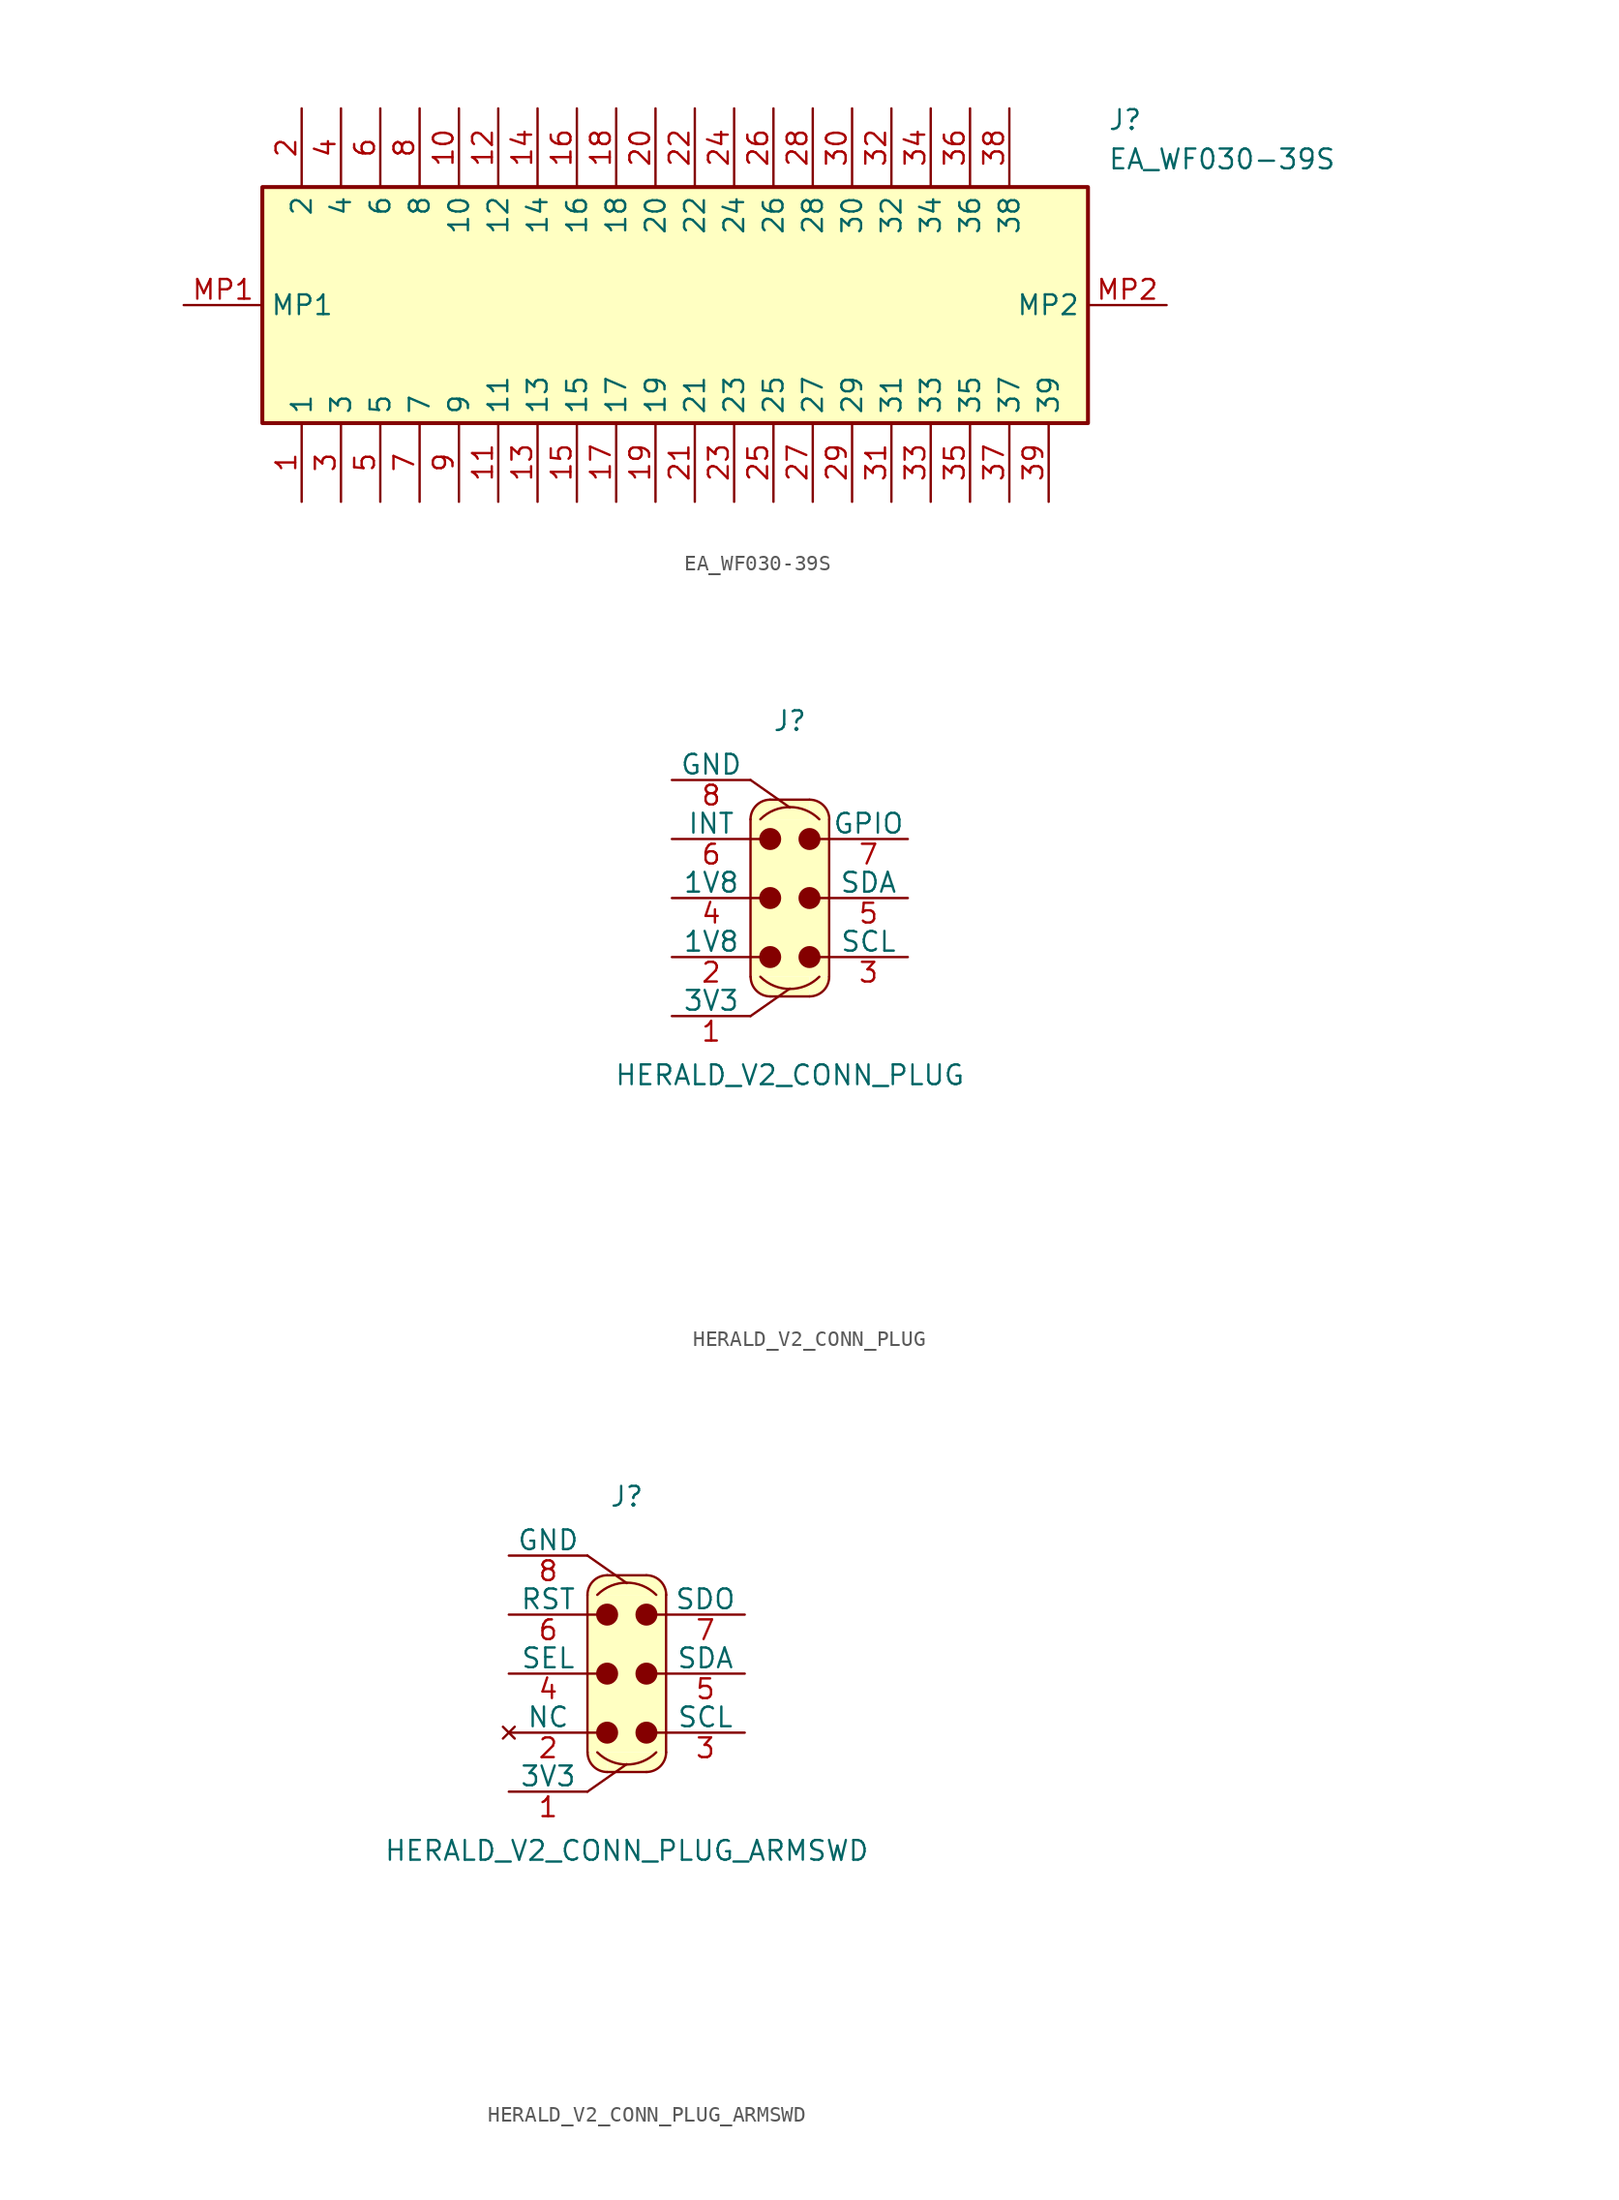
<source format=kicad_sym>
(kicad_symbol_lib
  (version 20220914)
  (generator kicad_symbol_editor)
  (symbol "EA_WF030-39S"
    (property "Reference" "J"
      (at 59.69 12.7 0)
      (effects (font (size 1.27 1.27)) (justify left top)))
    (property "Value" "EA_WF030-39S"
      (at 59.69 10.16 0)
      (effects (font (size 1.27 1.27)) (justify left top)))
    (symbol "EA_WF030-39S_1_1"
      (rectangle (start 5.08 7.62) (end 58.42 -7.62) (stroke (width 0.254) (type default)) (fill (type background)))
      (pin passive line (at 7.62 -12.7 90) (length 5.08) (name "1" (effects (font (size 1.27 1.27)))) (number "1" (effects (font (size 1.27 1.27)))))
      (pin passive line (at 17.78 12.7 270) (length 5.08) (name "10" (effects (font (size 1.27 1.27)))) (number "10" (effects (font (size 1.27 1.27)))))
      (pin passive line (at 20.32 -12.7 90) (length 5.08) (name "11" (effects (font (size 1.27 1.27)))) (number "11" (effects (font (size 1.27 1.27)))))
      (pin passive line (at 20.32 12.7 270) (length 5.08) (name "12" (effects (font (size 1.27 1.27)))) (number "12" (effects (font (size 1.27 1.27)))))
      (pin passive line (at 22.86 -12.7 90) (length 5.08) (name "13" (effects (font (size 1.27 1.27)))) (number "13" (effects (font (size 1.27 1.27)))))
      (pin passive line (at 22.86 12.7 270) (length 5.08) (name "14" (effects (font (size 1.27 1.27)))) (number "14" (effects (font (size 1.27 1.27)))))
      (pin passive line (at 25.4 -12.7 90) (length 5.08) (name "15" (effects (font (size 1.27 1.27)))) (number "15" (effects (font (size 1.27 1.27)))))
      (pin passive line (at 25.4 12.7 270) (length 5.08) (name "16" (effects (font (size 1.27 1.27)))) (number "16" (effects (font (size 1.27 1.27)))))
      (pin passive line (at 27.94 -12.7 90) (length 5.08) (name "17" (effects (font (size 1.27 1.27)))) (number "17" (effects (font (size 1.27 1.27)))))
      (pin passive line (at 27.94 12.7 270) (length 5.08) (name "18" (effects (font (size 1.27 1.27)))) (number "18" (effects (font (size 1.27 1.27)))))
      (pin passive line (at 30.48 -12.7 90) (length 5.08) (name "19" (effects (font (size 1.27 1.27)))) (number "19" (effects (font (size 1.27 1.27)))))
      (pin passive line (at 7.62 12.7 270) (length 5.08) (name "2" (effects (font (size 1.27 1.27)))) (number "2" (effects (font (size 1.27 1.27)))))
      (pin passive line (at 30.48 12.7 270) (length 5.08) (name "20" (effects (font (size 1.27 1.27)))) (number "20" (effects (font (size 1.27 1.27)))))
      (pin passive line (at 33.02 -12.7 90) (length 5.08) (name "21" (effects (font (size 1.27 1.27)))) (number "21" (effects (font (size 1.27 1.27)))))
      (pin passive line (at 33.02 12.7 270) (length 5.08) (name "22" (effects (font (size 1.27 1.27)))) (number "22" (effects (font (size 1.27 1.27)))))
      (pin passive line (at 35.56 -12.7 90) (length 5.08) (name "23" (effects (font (size 1.27 1.27)))) (number "23" (effects (font (size 1.27 1.27)))))
      (pin passive line (at 35.56 12.7 270) (length 5.08) (name "24" (effects (font (size 1.27 1.27)))) (number "24" (effects (font (size 1.27 1.27)))))
      (pin passive line (at 38.1 -12.7 90) (length 5.08) (name "25" (effects (font (size 1.27 1.27)))) (number "25" (effects (font (size 1.27 1.27)))))
      (pin passive line (at 38.1 12.7 270) (length 5.08) (name "26" (effects (font (size 1.27 1.27)))) (number "26" (effects (font (size 1.27 1.27)))))
      (pin passive line (at 40.64 -12.7 90) (length 5.08) (name "27" (effects (font (size 1.27 1.27)))) (number "27" (effects (font (size 1.27 1.27)))))
      (pin passive line (at 40.64 12.7 270) (length 5.08) (name "28" (effects (font (size 1.27 1.27)))) (number "28" (effects (font (size 1.27 1.27)))))
      (pin passive line (at 43.18 -12.7 90) (length 5.08) (name "29" (effects (font (size 1.27 1.27)))) (number "29" (effects (font (size 1.27 1.27)))))
      (pin passive line (at 10.16 -12.7 90) (length 5.08) (name "3" (effects (font (size 1.27 1.27)))) (number "3" (effects (font (size 1.27 1.27)))))
      (pin passive line (at 43.18 12.7 270) (length 5.08) (name "30" (effects (font (size 1.27 1.27)))) (number "30" (effects (font (size 1.27 1.27)))))
      (pin passive line (at 45.72 -12.7 90) (length 5.08) (name "31" (effects (font (size 1.27 1.27)))) (number "31" (effects (font (size 1.27 1.27)))))
      (pin passive line (at 45.72 12.7 270) (length 5.08) (name "32" (effects (font (size 1.27 1.27)))) (number "32" (effects (font (size 1.27 1.27)))))
      (pin passive line (at 48.26 -12.7 90) (length 5.08) (name "33" (effects (font (size 1.27 1.27)))) (number "33" (effects (font (size 1.27 1.27)))))
      (pin passive line (at 48.26 12.7 270) (length 5.08) (name "34" (effects (font (size 1.27 1.27)))) (number "34" (effects (font (size 1.27 1.27)))))
      (pin passive line (at 50.8 -12.7 90) (length 5.08) (name "35" (effects (font (size 1.27 1.27)))) (number "35" (effects (font (size 1.27 1.27)))))
      (pin passive line (at 50.8 12.7 270) (length 5.08) (name "36" (effects (font (size 1.27 1.27)))) (number "36" (effects (font (size 1.27 1.27)))))
      (pin passive line (at 53.34 -12.7 90) (length 5.08) (name "37" (effects (font (size 1.27 1.27)))) (number "37" (effects (font (size 1.27 1.27)))))
      (pin passive line (at 53.34 12.7 270) (length 5.08) (name "38" (effects (font (size 1.27 1.27)))) (number "38" (effects (font (size 1.27 1.27)))))
      (pin passive line (at 55.88 -12.7 90) (length 5.08) (name "39" (effects (font (size 1.27 1.27)))) (number "39" (effects (font (size 1.27 1.27)))))
      (pin passive line (at 10.16 12.7 270) (length 5.08) (name "4" (effects (font (size 1.27 1.27)))) (number "4" (effects (font (size 1.27 1.27)))))
      (pin passive line (at 12.7 -12.7 90) (length 5.08) (name "5" (effects (font (size 1.27 1.27)))) (number "5" (effects (font (size 1.27 1.27)))))
      (pin passive line (at 12.7 12.7 270) (length 5.08) (name "6" (effects (font (size 1.27 1.27)))) (number "6" (effects (font (size 1.27 1.27)))))
      (pin passive line (at 15.24 -12.7 90) (length 5.08) (name "7" (effects (font (size 1.27 1.27)))) (number "7" (effects (font (size 1.27 1.27)))))
      (pin passive line (at 15.24 12.7 270) (length 5.08) (name "8" (effects (font (size 1.27 1.27)))) (number "8" (effects (font (size 1.27 1.27)))))
      (pin passive line (at 17.78 -12.7 90) (length 5.08) (name "9" (effects (font (size 1.27 1.27)))) (number "9" (effects (font (size 1.27 1.27)))))
      (pin passive line (at 0 0 0) (length 5.08) (name "MP1" (effects (font (size 1.27 1.27)))) (number "MP1" (effects (font (size 1.27 1.27)))))
      (pin passive line (at 63.5 0 180) (length 5.08) (name "MP2" (effects (font (size 1.27 1.27)))) (number "MP2" (effects (font (size 1.27 1.27)))))))
  (symbol "HERALD_V2_CONN_PLUG"
    (pin_names
      (offset 0))
    (property "Reference" "J"
      (at 0 11.43 0)
      (effects (font (size 1.27 1.27))))
    (property "Value" "HERALD_V2_CONN_PLUG"
      (at 0 -11.43 0)
      (effects (font (size 1.27 1.27))))
    (symbol "HERALD_V2_CONN_PLUG_0_1"
      (polyline (pts (xy -2.54 -7.62) (xy 0 -5.842)) (stroke (width 0) (type default)) (fill (type none)))
      (polyline (pts (xy -2.54 -3.81) (xy -1.905 -3.81)) (stroke (width 0) (type default)) (fill (type none)))
      (polyline (pts (xy -2.54 0) (xy -1.905 0)) (stroke (width 0) (type default)) (fill (type none)))
      (polyline (pts (xy -2.54 3.81) (xy -1.905 3.81)) (stroke (width 0) (type default)) (fill (type none)))
      (polyline (pts (xy -2.54 7.62) (xy 0 5.842)) (stroke (width 0) (type default)) (fill (type none)))
      (polyline (pts (xy 2.54 -3.81) (xy 1.905 -3.81)) (stroke (width 0) (type default)) (fill (type none)))
      (polyline (pts (xy 2.54 0) (xy 1.905 0)) (stroke (width 0) (type default)) (fill (type none)))
      (polyline (pts (xy 2.54 3.81) (xy 1.905 3.81)) (stroke (width 0) (type default)) (fill (type none))))
    (symbol "HERALD_V2_CONN_PLUG_1_1"
      (arc (start -2.54 -5.08) (mid -2.168 -5.978) (end -1.27 -6.35) (stroke (width 0) (type default)) (fill (type background)))
      (rectangle (start -2.54 5.08) (end 2.54 -5.08) (stroke (width -0.0001) (type default)) (fill (type background)))
      (arc (start -1.905 -5.08) (mid 0 -5.8677) (end 1.905 -5.08) (stroke (width 0) (type default)) (fill (type none)))
      (rectangle (start -1.27 -5.08) (end 1.27 -6.35) (stroke (width -0.0001) (type default)) (fill (type background)))
      (circle (center -1.27 -3.81) (radius 0.635) (stroke (width 0) (type default)) (fill (type outline)))
      (circle (center -1.27 0) (radius 0.635) (stroke (width 0) (type default)) (fill (type outline)))
      (circle (center -1.27 3.81) (radius 0.635) (stroke (width 0) (type default)) (fill (type outline)))
      (arc (start -1.27 6.35) (mid -2.168 5.978) (end -2.54 5.08) (stroke (width 0) (type default)) (fill (type background)))
      (rectangle (start -1.27 6.35) (end 1.27 5.08) (stroke (width -0.0001) (type default)) (fill (type background)))
      (polyline (pts (xy -2.54 5.08) (xy -2.54 -5.08)) (stroke (width 0) (type default)) (fill (type none)))
      (polyline (pts (xy -1.27 -6.35) (xy 1.27 -6.35)) (stroke (width 0) (type default)) (fill (type none)))
      (polyline (pts (xy -1.27 6.35) (xy 1.27 6.35)) (stroke (width 0) (type default)) (fill (type none)))
      (polyline (pts (xy 2.54 -5.08) (xy 2.54 5.08)) (stroke (width 0) (type default)) (fill (type none)))
      (arc (start 1.27 -6.35) (mid 2.168 -5.978) (end 2.54 -5.08) (stroke (width 0) (type default)) (fill (type background)))
      (circle (center 1.27 -3.81) (radius 0.635) (stroke (width 0) (type default)) (fill (type outline)))
      (circle (center 1.27 0) (radius 0.635) (stroke (width 0) (type default)) (fill (type outline)))
      (circle (center 1.27 3.81) (radius 0.635) (stroke (width 0) (type default)) (fill (type outline)))
      (arc (start 1.905 5.0841) (mid 0 5.872) (end -1.905 5.0841) (stroke (width 0) (type default)) (fill (type none)))
      (arc (start 2.54 5.08) (mid 2.168 5.978) (end 1.27 6.35) (stroke (width 0) (type default)) (fill (type background)))
      (text private "Note: Signal (and 1V8 pins) are each max 0.5A, 3V3 and GND are both max 5A" (at 1.27 -22.86 0) (effects (font (face "KiCad Font") (size 1.27 1.27))))
      (text private "Note: You MUST join both 1V8 pins together immediately to allow greater current." (at 1.27 -19.05 0) (effects (font (face "KiCad Font") (size 1.27 1.27))))
      (pin passive line (at -7.62 -7.62 0) (length 5.08) (name "3V3" (effects (font (size 1.27 1.27)))) (number "1" (effects (font (size 1.27 1.27)))))
      (pin passive line (at -7.62 -3.81 0) (length 5.08) (name "1V8" (effects (font (size 1.27 1.27)))) (number "2" (effects (font (size 1.27 1.27)))))
      (pin passive line (at 7.62 -3.81 180) (length 5.08) (name "SCL" (effects (font (size 1.27 1.27)))) (number "3" (effects (font (size 1.27 1.27)))))
      (pin passive line (at -7.62 0 0) (length 5.08) (name "1V8" (effects (font (size 1.27 1.27)))) (number "4" (effects (font (size 1.27 1.27)))))
      (pin bidirectional line (at 7.62 0 180) (length 5.08) (name "SDA" (effects (font (size 1.27 1.27)))) (number "5" (effects (font (size 1.27 1.27)))))
      (pin bidirectional line (at -7.62 3.81 0) (length 5.08) (name "INT" (effects (font (size 1.27 1.27)))) (number "6" (effects (font (size 1.27 1.27)))))
      (pin bidirectional line (at 7.62 3.81 180) (length 5.08) (name "GPIO" (effects (font (size 1.27 1.27)))) (number "7" (effects (font (size 1.27 1.27)))))
      (pin passive line (at -7.62 7.62 0) (length 5.08) (name "GND" (effects (font (size 1.27 1.27)))) (number "8" (effects (font (size 1.27 1.27)))))))
  (symbol "HERALD_V2_CONN_PLUG_ARMSWD"
    (pin_names
      (offset 0))
    (property "Reference" "J"
      (at 0 11.43 0)
      (effects (font (size 1.27 1.27))))
    (property "Value" "HERALD_V2_CONN_PLUG_ARMSWD"
      (at 0 -11.43 0)
      (effects (font (size 1.27 1.27))))
    (symbol "HERALD_V2_CONN_PLUG_ARMSWD_0_1"
      (polyline (pts (xy -2.54 -7.62) (xy 0 -5.842)) (stroke (width 0) (type default)) (fill (type none)))
      (polyline (pts (xy -2.54 -3.81) (xy -1.905 -3.81)) (stroke (width 0) (type default)) (fill (type none)))
      (polyline (pts (xy -2.54 0) (xy -1.905 0)) (stroke (width 0) (type default)) (fill (type none)))
      (polyline (pts (xy -2.54 3.81) (xy -1.905 3.81)) (stroke (width 0) (type default)) (fill (type none)))
      (polyline (pts (xy -2.54 7.62) (xy 0 5.842)) (stroke (width 0) (type default)) (fill (type none)))
      (polyline (pts (xy 2.54 -3.81) (xy 1.905 -3.81)) (stroke (width 0) (type default)) (fill (type none)))
      (polyline (pts (xy 2.54 0) (xy 1.905 0)) (stroke (width 0) (type default)) (fill (type none)))
      (polyline (pts (xy 2.54 3.81) (xy 1.905 3.81)) (stroke (width 0) (type default)) (fill (type none))))
    (symbol "HERALD_V2_CONN_PLUG_ARMSWD_1_1"
      (arc (start -2.54 -5.08) (mid -2.168 -5.978) (end -1.27 -6.35) (stroke (width 0) (type default)) (fill (type background)))
      (rectangle (start -2.54 5.08) (end 2.54 -5.08) (stroke (width -0.0001) (type default)) (fill (type background)))
      (arc (start -1.905 -5.08) (mid 0 -5.8677) (end 1.905 -5.08) (stroke (width 0) (type default)) (fill (type none)))
      (rectangle (start -1.27 -5.08) (end 1.27 -6.35) (stroke (width -0.0001) (type default)) (fill (type background)))
      (circle (center -1.27 -3.81) (radius 0.635) (stroke (width 0) (type default)) (fill (type outline)))
      (circle (center -1.27 0) (radius 0.635) (stroke (width 0) (type default)) (fill (type outline)))
      (circle (center -1.27 3.81) (radius 0.635) (stroke (width 0) (type default)) (fill (type outline)))
      (arc (start -1.27 6.35) (mid -2.168 5.978) (end -2.54 5.08) (stroke (width 0) (type default)) (fill (type background)))
      (rectangle (start -1.27 6.35) (end 1.27 5.08) (stroke (width -0.0001) (type default)) (fill (type background)))
      (polyline (pts (xy -2.54 5.08) (xy -2.54 -5.08)) (stroke (width 0) (type default)) (fill (type none)))
      (polyline (pts (xy -1.27 -6.35) (xy 1.27 -6.35)) (stroke (width 0) (type default)) (fill (type none)))
      (polyline (pts (xy -1.27 6.35) (xy 1.27 6.35)) (stroke (width 0) (type default)) (fill (type none)))
      (polyline (pts (xy 2.54 -5.08) (xy 2.54 5.08)) (stroke (width 0) (type default)) (fill (type none)))
      (arc (start 1.27 -6.35) (mid 2.168 -5.978) (end 2.54 -5.08) (stroke (width 0) (type default)) (fill (type background)))
      (circle (center 1.27 -3.81) (radius 0.635) (stroke (width 0) (type default)) (fill (type outline)))
      (circle (center 1.27 0) (radius 0.635) (stroke (width 0) (type default)) (fill (type outline)))
      (circle (center 1.27 3.81) (radius 0.635) (stroke (width 0) (type default)) (fill (type outline)))
      (arc (start 1.905 5.0841) (mid 0 5.872) (end -1.905 5.0841) (stroke (width 0) (type default)) (fill (type none)))
      (arc (start 2.54 5.08) (mid 2.168 5.978) (end 1.27 6.35) (stroke (width 0) (type default)) (fill (type background)))
      (text private "Note: Signal are each max 0.5A, 3V3 and GND are both max 5A" (at 1.27 -22.86 0) (effects (font (face "KiCad Font") (size 1.27 1.27))))
      (pin passive line (at -7.62 -7.62 0) (length 5.08) (name "3V3" (effects (font (size 1.27 1.27)))) (number "1" (effects (font (size 1.27 1.27)))))
      (pin no_connect line (at -7.62 -3.81 0) (length 5.08) (name "NC" (effects (font (size 1.27 1.27)))) (number "2" (effects (font (size 1.27 1.27)))))
      (pin passive line (at 7.62 -3.81 180) (length 5.08) (name "SCL" (effects (font (size 1.27 1.27)))) (number "3" (effects (font (size 1.27 1.27)))))
      (pin bidirectional line (at -7.62 0 0) (length 5.08) (name "SEL" (effects (font (size 1.27 1.27)))) (number "4" (effects (font (size 1.27 1.27)))))
      (pin bidirectional line (at 7.62 0 180) (length 5.08) (name "SDA" (effects (font (size 1.27 1.27)))) (number "5" (effects (font (size 1.27 1.27)))))
      (pin bidirectional line (at -7.62 3.81 0) (length 5.08) (name "RST" (effects (font (size 1.27 1.27)))) (number "6" (effects (font (size 1.27 1.27)))))
      (pin bidirectional line (at 7.62 3.81 180) (length 5.08) (name "SDO" (effects (font (size 1.27 1.27)))) (number "7" (effects (font (size 1.27 1.27)))))
      (pin passive line (at -7.62 7.62 0) (length 5.08) (name "GND" (effects (font (size 1.27 1.27)))) (number "8" (effects (font (size 1.27 1.27))))))))
</source>
